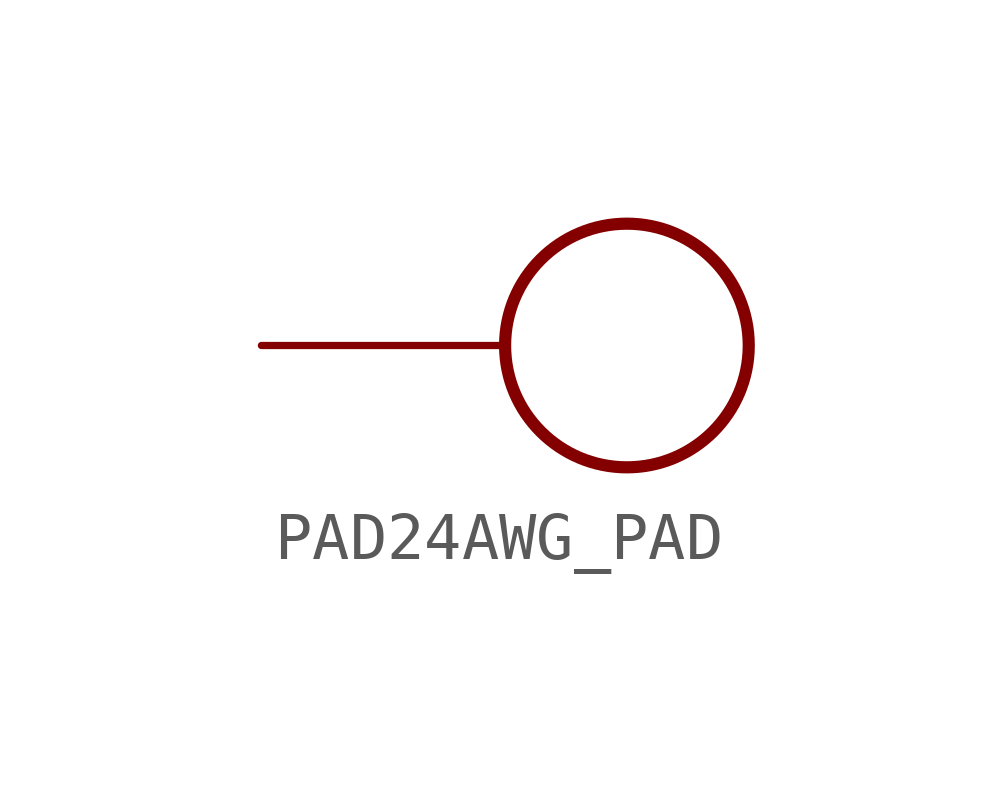
<source format=kicad_sym>
(kicad_symbol_lib
  (version 20231120)
  (generator "kicad_symbol_editor")
  (generator_version "8.0")
  (symbol "PAD24AWG_PAD"
    (property "Reference" ""
      (at -7.62 5.08 0)
      (effects (font (size 1.676 1.425)) (justify left bottom) (hide yes)))
    (property "ki_locked" ""
      (at 0 0 0)
      (effects (font (size 1.27 1.27))))
    (symbol "PAD24AWG_PAD_1_0"
      (circle (center 0 0) (radius 2.54) (stroke (width 0.254) (type solid)) (fill (type none)))
      (pin bidirectional line (at -7.62 0 0) (length 5.08) (name "P$1" (effects (font (size 0 0)))) (number "P$1" (effects (font (size 0 0))))))))
</source>
